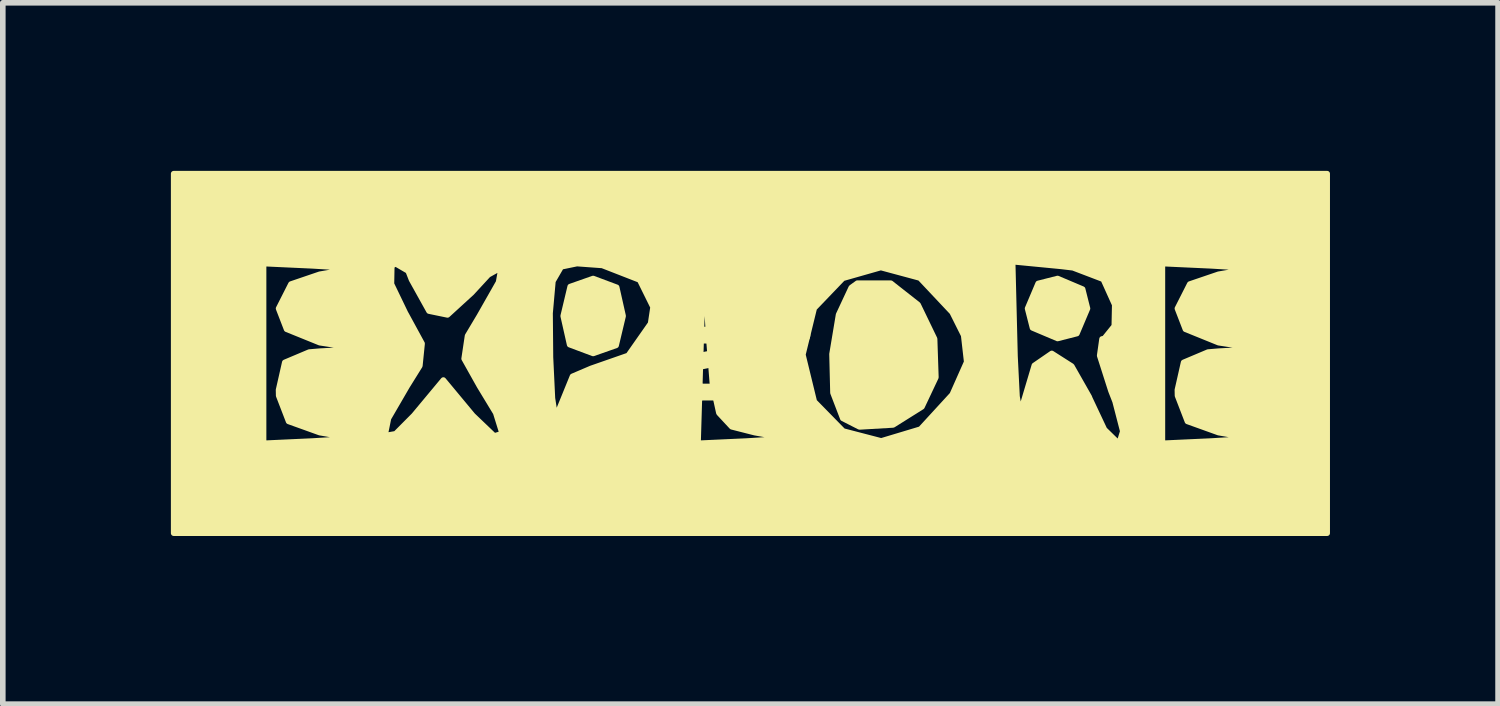
<source format=kicad_pcb>
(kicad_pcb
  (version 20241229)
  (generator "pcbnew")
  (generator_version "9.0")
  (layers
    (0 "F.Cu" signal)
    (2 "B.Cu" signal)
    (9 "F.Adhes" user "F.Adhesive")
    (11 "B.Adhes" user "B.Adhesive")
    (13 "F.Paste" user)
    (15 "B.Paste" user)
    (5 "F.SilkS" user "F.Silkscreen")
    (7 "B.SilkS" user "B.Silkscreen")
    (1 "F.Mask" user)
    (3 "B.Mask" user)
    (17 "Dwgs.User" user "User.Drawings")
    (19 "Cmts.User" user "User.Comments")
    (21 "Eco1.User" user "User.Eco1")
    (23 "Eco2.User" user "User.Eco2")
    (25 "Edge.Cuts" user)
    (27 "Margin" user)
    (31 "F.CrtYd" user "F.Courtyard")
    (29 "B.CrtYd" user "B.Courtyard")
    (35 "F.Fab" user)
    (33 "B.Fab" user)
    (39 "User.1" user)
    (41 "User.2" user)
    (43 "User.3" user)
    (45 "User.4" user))
  (footprint "ex"
    (layer "F.Cu")
    (at 10.21 3.258)
    (property "Reference" "ex" (at 0 0 0) (layer "F.SilkS") (effects (font (size 1.524 1.524) (thickness 0.3))))
    (attr through_hole)
    (fp_poly (pts (xy -2.139 -0.668) (xy -2.264 -0.144) (xy -2.674 0) (xy -3.093 -0.157) (xy -3.208 -0.668) (xy -3.083 -1.193) (xy -2.674 -1.337) (xy -2.254 -1.18) (xy -2.139 -0.668)) (stroke (width 0.1) (type solid)) (fill yes) (layer "F.SilkS"))
    (fp_poly (pts (xy 6.149 -0.802) (xy 5.96 -0.355) (xy 5.615 -0.267) (xy 5.168 -0.456) (xy 5.08 -0.802) (xy 5.269 -1.249) (xy 5.615 -1.337) (xy 6.062 -1.148) (xy 6.149 -0.802)) (stroke (width 0.1) (type solid)) (fill yes) (layer "F.SilkS"))
    (fp_poly (pts (xy 3.443 0.427) (xy 3.195 0.952) (xy 2.679 1.276) (xy 2.08 1.311) (xy 1.782 1.159) (xy 1.607 0.703) (xy 1.59 0.011) (xy 1.707 -0.691) (xy 1.933 -1.175) (xy 2.042 -1.254) (xy 2.639 -1.253) (xy 3.125 -0.871) (xy 3.42 -0.26) (xy 3.443 0.427)) (stroke (width 0.1) (type solid)) (fill yes) (layer "F.SilkS"))
    (fp_poly (pts (xy 10.427 3.208) (xy 9.224 3.208) (xy 9.224 -0.08) (xy 8.489 -0.192) (xy 7.897 -0.432) (xy 7.754 -0.802) (xy 7.975 -1.238) (xy 8.489 -1.413) (xy 8.938 -1.49) (xy 8.901 -1.531) (xy 8.355 -1.564) (xy 7.486 -1.604) (xy 7.486 0) (xy 7.486 1.604) (xy 8.355 1.564) (xy 8.902 1.531) (xy 8.938 1.49) (xy 8.489 1.413) (xy 7.933 1.213) (xy 7.756 0.754) (xy 7.754 0.651) (xy 7.865 0.16) (xy 8.301 -0.024) (xy 8.489 -0.04) (xy 9.224 -0.08) (xy 9.224 3.208) (xy 6.78 3.208) (xy 6.78 1.39) (xy 6.642 0.857) (xy 6.568 0.668) (xy 6.367 0.039) (xy 6.409 -0.258) (xy 6.449 -0.267) (xy 6.628 -0.489) (xy 6.636 -0.869) (xy 6.431 -1.323) (xy 5.891 -1.529) (xy 5.682 -1.554) (xy 4.813 -1.638) (xy 4.855 0.05) (xy 4.891 0.767) (xy 4.943 1.072) (xy 5.001 0.905) (xy 5.006 0.869) (xy 5.201 0.214) (xy 5.512 0) (xy 5.868 0.227) (xy 6.18 0.776) (xy 6.19 0.802) (xy 6.452 1.358) (xy 6.704 1.604) (xy 6.714 1.604) (xy 6.78 1.39) (xy 6.78 3.208) (xy 3.994 3.208) (xy 3.994 0.152) (xy 3.94 -0.323) (xy 3.734 -0.735) (xy 3.159 -1.346) (xy 2.461 -1.534) (xy 1.783 -1.341) (xy 1.272 -0.808) (xy 1.069 0.022) (xy 1.273 0.859) (xy 1.788 1.385) (xy 2.468 1.562) (xy 3.17 1.351) (xy 3.735 0.735) (xy 3.994 0.152) (xy 3.994 3.208) (xy 0.636 3.208) (xy 0.636 1.488) (xy 0.213 1.414) (xy -0.199 1.309) (xy -0.429 1.062) (xy -0.545 0.534) (xy -0.605 -0.217) (xy -0.701 -1.738) (xy -0.752 -0.067) (xy -0.802 1.604) (xy 0.067 1.564) (xy 0.606 1.531) (xy 0.636 1.488) (xy 0.636 3.208) (xy 0.134 3.208) (xy -1.604 3.208) (xy -1.604 -0.827) (xy -1.843 -1.311) (xy -2.51 -1.571) (xy -2.963 -1.604) (xy -3.244 -1.546) (xy -3.392 -1.29) (xy -3.443 -0.718) (xy -3.436 0.067) (xy -3.401 0.8) (xy -3.348 1.141) (xy -3.287 1.019) (xy -3.284 1.003) (xy -3.042 0.409) (xy -2.709 0.267) (xy -2.047 0.036) (xy -1.648 -0.533) (xy -1.604 -0.827) (xy -1.604 3.208) (xy -4.297 3.208) (xy -4.297 1.431) (xy -4.412 1.061) (xy -4.702 0.583) (xy -4.976 0.094) (xy -4.915 -0.314) (xy -4.702 -0.671) (xy -4.361 -1.271) (xy -4.315 -1.532) (xy -4.546 -1.403) (xy -4.84 -1.084) (xy -5.273 -0.688) (xy -5.603 -0.756) (xy -5.915 -1.317) (xy -5.975 -1.471) (xy -6.201 -1.603) (xy -6.268 -1.561) (xy -6.274 -1.239) (xy -6.02 -0.712) (xy -6.014 -0.703) (xy -5.727 -0.176) (xy -5.767 0.22) (xy -5.993 0.583) (xy -6.327 1.158) (xy -6.39 1.468) (xy -6.198 1.434) (xy -5.873 1.107) (xy -5.347 0.475) (xy -4.822 1.107) (xy -4.439 1.473) (xy -4.297 1.431) (xy -4.297 3.208) (xy -6.818 3.208) (xy -6.818 -0.08) (xy -7.553 -0.192) (xy -8.145 -0.432) (xy -8.288 -0.802) (xy -8.067 -1.238) (xy -7.553 -1.413) (xy -7.104 -1.49) (xy -7.141 -1.531) (xy -7.687 -1.564) (xy -8.556 -1.604) (xy -8.556 0) (xy -8.556 1.604) (xy -7.687 1.564) (xy -7.14 1.531) (xy -7.105 1.49) (xy -7.553 1.413) (xy -8.109 1.213) (xy -8.286 0.754) (xy -8.288 0.651) (xy -8.177 0.16) (xy -7.741 -0.024) (xy -7.553 -0.04) (xy -6.818 -0.08) (xy -6.818 3.208) (xy -10.16 3.208) (xy -10.16 0) (xy -10.16 -3.208) (xy 0.134 -3.208) (xy 10.427 -3.208) (xy 10.427 0) (xy 10.427 3.208)) (stroke (width 0.1) (type solid)) (fill yes) (layer "F.SilkS")))
  (gr_rect
    (start -3 -3)
    (end 23.687 9.517)
    (stroke (width 0.1) (type default))
    (fill no)
    (layer "Edge.Cuts")))
</source>
